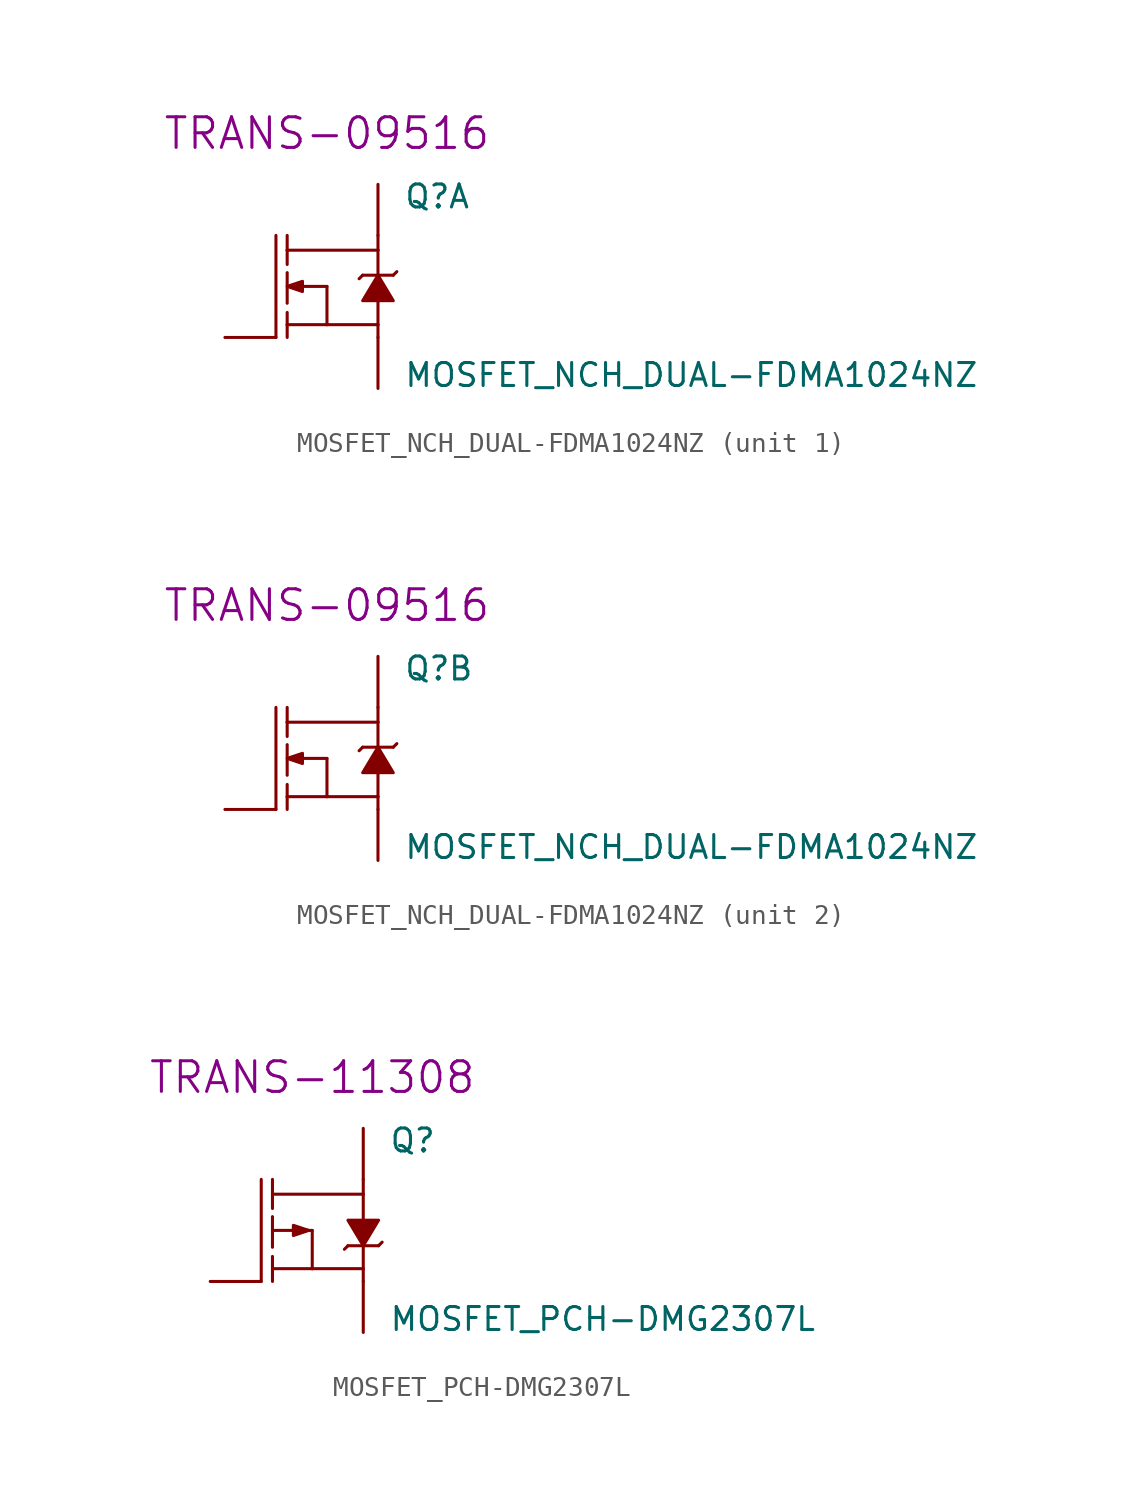
<source format=kicad_sym>
(kicad_symbol_lib
  (version 20220914)
  (generator kicad_symbol_editor)
  (symbol "MOSFET_NCH_DUAL-FDMA1024NZ"
    (pin_numbers hide)
    (pin_names
      (offset 1.016) hide)
    (property "Reference" "Q"
      (at 3.81 3.81 0)
      (effects (font (size 1.143 1.143)) (justify left bottom)))
    (property "Value" "MOSFET_NCH_DUAL-FDMA1024NZ"
      (at 3.81 -5.08 0)
      (effects (font (size 1.143 1.143)) (justify left bottom)))
    (property "Field4" "TRANS-09516"
      (at 0 7.62 0)
      (effects (font (size 1.524 1.524))))
    (property "ki_locked" ""
      (at 0 0 0)
      (effects (font (size 1.27 1.27))))
    (symbol "MOSFET_NCH_DUAL-FDMA1024NZ_1_0"
      (polyline (pts (xy -2.54 -2.54) (xy -2.54 2.54)) (stroke (width 0) (type solid)) (fill (type none)))
      (polyline (pts (xy -1.981 -1.905) (xy -1.981 -2.54)) (stroke (width 0) (type solid)) (fill (type none)))
      (polyline (pts (xy -1.981 -1.905) (xy 0 -1.905)) (stroke (width 0) (type solid)) (fill (type none)))
      (polyline (pts (xy -1.981 -1.295) (xy -1.981 -1.905)) (stroke (width 0) (type solid)) (fill (type none)))
      (polyline (pts (xy -1.981 0.686) (xy -1.981 -0.838)) (stroke (width 0) (type solid)) (fill (type none)))
      (polyline (pts (xy -1.981 1.803) (xy -1.981 1.092)) (stroke (width 0) (type solid)) (fill (type none)))
      (polyline (pts (xy -1.981 1.803) (xy 2.54 1.803)) (stroke (width 0) (type solid)) (fill (type none)))
      (polyline (pts (xy -1.981 2.54) (xy -1.981 1.803)) (stroke (width 0) (type solid)) (fill (type none)))
      (polyline (pts (xy 0 -1.905) (xy 0 0)) (stroke (width 0) (type solid)) (fill (type none)))
      (polyline (pts (xy 0 0) (xy -1.219 0)) (stroke (width 0) (type solid)) (fill (type none)))
      (polyline (pts (xy 1.6 0.381) (xy 1.778 0.559)) (stroke (width 0) (type solid)) (fill (type none)))
      (polyline (pts (xy 2.54 -2.54) (xy 2.54 -1.905)) (stroke (width 0) (type solid)) (fill (type none)))
      (polyline (pts (xy 2.54 -1.905) (xy 0 -1.905)) (stroke (width 0) (type solid)) (fill (type none)))
      (polyline (pts (xy 2.54 -0.711) (xy 2.54 -1.905)) (stroke (width 0) (type solid)) (fill (type none)))
      (polyline (pts (xy 2.54 0.559) (xy 1.778 0.559)) (stroke (width 0) (type solid)) (fill (type none)))
      (polyline (pts (xy 2.54 0.559) (xy 3.302 0.559)) (stroke (width 0) (type solid)) (fill (type none)))
      (polyline (pts (xy 2.54 1.803) (xy 2.54 0.559)) (stroke (width 0) (type solid)) (fill (type none)))
      (polyline (pts (xy 2.54 2.54) (xy 2.54 1.803)) (stroke (width 0) (type solid)) (fill (type none)))
      (polyline (pts (xy 3.302 0.559) (xy 3.48 0.737)) (stroke (width 0) (type solid)) (fill (type none))))
    (symbol "MOSFET_NCH_DUAL-FDMA1024NZ_1_1"
      (polyline (pts (xy -1.981 0) (xy -1.219 0.254) (xy -1.219 0.254) (xy -1.219 -0.254) (xy -1.219 -0.254) (xy -1.981 0)) (stroke (width 0) (type solid)) (fill (type outline)))
      (polyline (pts (xy 1.778 -0.711) (xy 2.54 0.559) (xy 2.54 0.559) (xy 3.302 -0.711) (xy 3.302 -0.711) (xy 1.778 -0.711)) (stroke (width 0) (type solid)) (fill (type outline)))
      (pin bidirectional line (at 2.54 5.08 270) (length 2.54) (name "D" (effects (font (size 1.016 1.016)))) (number "D1" (effects (font (size 1.016 1.016)))))
      (pin bidirectional line (at 2.54 5.08 270) (length 2.54) hide (name "D" (effects (font (size 1.016 1.016)))) (number "D1_2" (effects (font (size 1.016 1.016)))))
      (pin bidirectional line (at -5.08 -2.54 0) (length 2.54) (name "G" (effects (font (size 1.016 1.016)))) (number "G1" (effects (font (size 1.016 1.016)))))
      (pin bidirectional line (at 2.54 -5.08 90) (length 2.54) (name "S" (effects (font (size 1.016 1.016)))) (number "S1" (effects (font (size 1.016 1.016))))))
    (symbol "MOSFET_NCH_DUAL-FDMA1024NZ_2_0"
      (polyline (pts (xy -2.54 -2.54) (xy -2.54 2.54)) (stroke (width 0) (type solid)) (fill (type none)))
      (polyline (pts (xy -1.981 -1.905) (xy -1.981 -2.54)) (stroke (width 0) (type solid)) (fill (type none)))
      (polyline (pts (xy -1.981 -1.905) (xy 0 -1.905)) (stroke (width 0) (type solid)) (fill (type none)))
      (polyline (pts (xy -1.981 -1.295) (xy -1.981 -1.905)) (stroke (width 0) (type solid)) (fill (type none)))
      (polyline (pts (xy -1.981 0.686) (xy -1.981 -0.838)) (stroke (width 0) (type solid)) (fill (type none)))
      (polyline (pts (xy -1.981 1.803) (xy -1.981 1.092)) (stroke (width 0) (type solid)) (fill (type none)))
      (polyline (pts (xy -1.981 1.803) (xy 2.54 1.803)) (stroke (width 0) (type solid)) (fill (type none)))
      (polyline (pts (xy -1.981 2.54) (xy -1.981 1.803)) (stroke (width 0) (type solid)) (fill (type none)))
      (polyline (pts (xy 0 -1.905) (xy 0 0)) (stroke (width 0) (type solid)) (fill (type none)))
      (polyline (pts (xy 0 0) (xy -1.219 0)) (stroke (width 0) (type solid)) (fill (type none)))
      (polyline (pts (xy 1.6 0.381) (xy 1.778 0.559)) (stroke (width 0) (type solid)) (fill (type none)))
      (polyline (pts (xy 2.54 -2.54) (xy 2.54 -1.905)) (stroke (width 0) (type solid)) (fill (type none)))
      (polyline (pts (xy 2.54 -1.905) (xy 0 -1.905)) (stroke (width 0) (type solid)) (fill (type none)))
      (polyline (pts (xy 2.54 -0.711) (xy 2.54 -1.905)) (stroke (width 0) (type solid)) (fill (type none)))
      (polyline (pts (xy 2.54 0.559) (xy 1.778 0.559)) (stroke (width 0) (type solid)) (fill (type none)))
      (polyline (pts (xy 2.54 0.559) (xy 3.302 0.559)) (stroke (width 0) (type solid)) (fill (type none)))
      (polyline (pts (xy 2.54 1.803) (xy 2.54 0.559)) (stroke (width 0) (type solid)) (fill (type none)))
      (polyline (pts (xy 2.54 2.54) (xy 2.54 1.803)) (stroke (width 0) (type solid)) (fill (type none)))
      (polyline (pts (xy 3.302 0.559) (xy 3.48 0.737)) (stroke (width 0) (type solid)) (fill (type none))))
    (symbol "MOSFET_NCH_DUAL-FDMA1024NZ_2_1"
      (polyline (pts (xy -1.981 0) (xy -1.219 0.254) (xy -1.219 0.254) (xy -1.219 -0.254) (xy -1.219 -0.254) (xy -1.981 0)) (stroke (width 0) (type solid)) (fill (type outline)))
      (polyline (pts (xy 1.778 -0.711) (xy 2.54 0.559) (xy 2.54 0.559) (xy 3.302 -0.711) (xy 3.302 -0.711) (xy 1.778 -0.711)) (stroke (width 0) (type solid)) (fill (type outline)))
      (pin bidirectional line (at 2.54 5.08 270) (length 2.54) (name "D" (effects (font (size 1.016 1.016)))) (number "D2" (effects (font (size 1.016 1.016)))))
      (pin bidirectional line (at 2.54 5.08 270) (length 2.54) hide (name "D" (effects (font (size 1.016 1.016)))) (number "D2_2" (effects (font (size 1.016 1.016)))))
      (pin bidirectional line (at -5.08 -2.54 0) (length 2.54) (name "G" (effects (font (size 1.016 1.016)))) (number "G2" (effects (font (size 1.016 1.016)))))
      (pin bidirectional line (at 2.54 -5.08 90) (length 2.54) (name "S" (effects (font (size 1.016 1.016)))) (number "S2" (effects (font (size 1.016 1.016)))))))
  (symbol "MOSFET_PCH-DMG2307L"
    (pin_numbers hide)
    (pin_names
      (offset 1.016) hide)
    (property "Reference" "Q"
      (at 3.81 3.81 0)
      (effects (font (size 1.143 1.143)) (justify left bottom)))
    (property "Value" "MOSFET_PCH-DMG2307L"
      (at 3.81 -5.08 0)
      (effects (font (size 1.143 1.143)) (justify left bottom)))
    (property "Field4" "TRANS-11308"
      (at 0 7.62 0)
      (effects (font (size 1.524 1.524))))
    (property "ki_locked" ""
      (at 0 0 0)
      (effects (font (size 1.27 1.27))))
    (symbol "MOSFET_PCH-DMG2307L_1_0"
      (polyline (pts (xy -2.54 -2.54) (xy -2.54 2.54)) (stroke (width 0) (type solid)) (fill (type none)))
      (polyline (pts (xy -1.981 -1.905) (xy -1.981 -2.54)) (stroke (width 0) (type solid)) (fill (type none)))
      (polyline (pts (xy -1.981 -1.905) (xy 0 -1.905)) (stroke (width 0) (type solid)) (fill (type none)))
      (polyline (pts (xy -1.981 -1.295) (xy -1.981 -1.905)) (stroke (width 0) (type solid)) (fill (type none)))
      (polyline (pts (xy -1.981 0) (xy -1.981 -0.838)) (stroke (width 0) (type solid)) (fill (type none)))
      (polyline (pts (xy -1.981 0.686) (xy -1.981 0)) (stroke (width 0) (type solid)) (fill (type none)))
      (polyline (pts (xy -1.981 1.803) (xy -1.981 1.092)) (stroke (width 0) (type solid)) (fill (type none)))
      (polyline (pts (xy -1.981 1.803) (xy 2.54 1.803)) (stroke (width 0) (type solid)) (fill (type none)))
      (polyline (pts (xy -1.981 2.54) (xy -1.981 1.803)) (stroke (width 0) (type solid)) (fill (type none)))
      (polyline (pts (xy 0 -1.905) (xy 0 0)) (stroke (width 0) (type solid)) (fill (type none)))
      (polyline (pts (xy 0 0) (xy -1.981 0)) (stroke (width 0) (type solid)) (fill (type none)))
      (polyline (pts (xy 1.778 -0.762) (xy 1.6 -0.94)) (stroke (width 0) (type solid)) (fill (type none)))
      (polyline (pts (xy 1.778 -0.762) (xy 3.302 -0.762)) (stroke (width 0) (type solid)) (fill (type none)))
      (polyline (pts (xy 2.54 -2.54) (xy 2.54 -1.905)) (stroke (width 0) (type solid)) (fill (type none)))
      (polyline (pts (xy 2.54 -1.905) (xy 0 -1.905)) (stroke (width 0) (type solid)) (fill (type none)))
      (polyline (pts (xy 2.54 -1.905) (xy 2.54 -0.787)) (stroke (width 0) (type solid)) (fill (type none)))
      (polyline (pts (xy 2.54 1.803) (xy 2.54 0.584)) (stroke (width 0) (type solid)) (fill (type none)))
      (polyline (pts (xy 2.54 2.54) (xy 2.54 1.803)) (stroke (width 0) (type solid)) (fill (type none)))
      (polyline (pts (xy 3.48 -0.584) (xy 3.302 -0.762)) (stroke (width 0) (type solid)) (fill (type none))))
    (symbol "MOSFET_PCH-DMG2307L_1_1"
      (polyline (pts (xy -0.178 0) (xy -0.94 -0.254) (xy -0.94 -0.254) (xy -0.94 0.254) (xy -0.94 0.254) (xy -0.178 0)) (stroke (width 0) (type solid)) (fill (type outline)))
      (polyline (pts (xy 3.302 0.508) (xy 2.54 -0.762) (xy 2.54 -0.762) (xy 1.778 0.508) (xy 1.778 0.508) (xy 3.302 0.508)) (stroke (width 0) (type solid)) (fill (type outline)))
      (pin bidirectional line (at -5.08 -2.54 0) (length 2.54) (name "G" (effects (font (size 1.016 1.016)))) (number "1" (effects (font (size 1.016 1.016)))))
      (pin bidirectional line (at 2.54 -5.08 90) (length 2.54) (name "S" (effects (font (size 1.016 1.016)))) (number "2" (effects (font (size 1.016 1.016)))))
      (pin bidirectional line (at 2.54 5.08 270) (length 2.54) (name "D" (effects (font (size 1.016 1.016)))) (number "3" (effects (font (size 1.016 1.016))))))))
</source>
